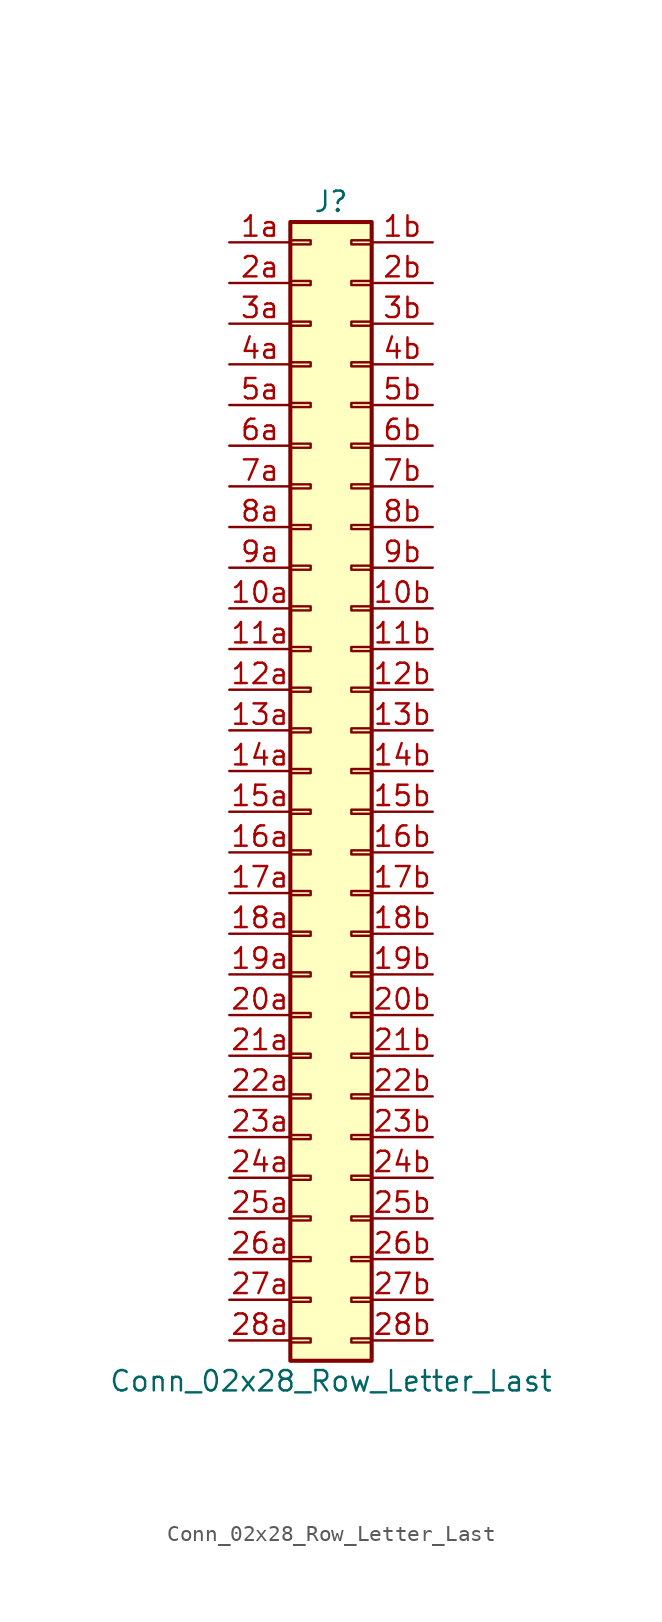
<source format=kicad_sym>
(kicad_symbol_lib
  (version 20201005)
  (generator kicad_symbol_editor)
  (symbol "Conn_02x28_Row_Letter_Last"
    (pin_names
      (offset 1.016) hide)
    (property "Reference" "J"
      (at 1.27 35.56 0)
      (effects (font (size 1.27 1.27))))
    (property "Value" "Conn_02x28_Row_Letter_Last"
      (at 1.27 -38.1 0)
      (effects (font (size 1.27 1.27))))
    (symbol "Conn_02x28_Row_Letter_Last_1_1"
      (rectangle (start -1.27 -35.433) (end 0 -35.687) (stroke (width 0.152)) (fill (type none)))
      (rectangle (start -1.27 -32.893) (end 0 -33.147) (stroke (width 0.152)) (fill (type none)))
      (rectangle (start -1.27 -30.353) (end 0 -30.607) (stroke (width 0.152)) (fill (type none)))
      (rectangle (start -1.27 -27.813) (end 0 -28.067) (stroke (width 0.152)) (fill (type none)))
      (rectangle (start -1.27 -25.273) (end 0 -25.527) (stroke (width 0.152)) (fill (type none)))
      (rectangle (start -1.27 -22.733) (end 0 -22.987) (stroke (width 0.152)) (fill (type none)))
      (rectangle (start -1.27 -20.193) (end 0 -20.447) (stroke (width 0.152)) (fill (type none)))
      (rectangle (start -1.27 -17.653) (end 0 -17.907) (stroke (width 0.152)) (fill (type none)))
      (rectangle (start -1.27 -15.113) (end 0 -15.367) (stroke (width 0.152)) (fill (type none)))
      (rectangle (start -1.27 -12.573) (end 0 -12.827) (stroke (width 0.152)) (fill (type none)))
      (rectangle (start -1.27 -10.033) (end 0 -10.287) (stroke (width 0.152)) (fill (type none)))
      (rectangle (start -1.27 -7.493) (end 0 -7.747) (stroke (width 0.152)) (fill (type none)))
      (rectangle (start -1.27 -4.953) (end 0 -5.207) (stroke (width 0.152)) (fill (type none)))
      (rectangle (start -1.27 -2.413) (end 0 -2.667) (stroke (width 0.152)) (fill (type none)))
      (rectangle (start -1.27 0.127) (end 0 -0.127) (stroke (width 0.152)) (fill (type none)))
      (rectangle (start -1.27 2.667) (end 0 2.413) (stroke (width 0.152)) (fill (type none)))
      (rectangle (start -1.27 5.207) (end 0 4.953) (stroke (width 0.152)) (fill (type none)))
      (rectangle (start -1.27 7.747) (end 0 7.493) (stroke (width 0.152)) (fill (type none)))
      (rectangle (start -1.27 10.287) (end 0 10.033) (stroke (width 0.152)) (fill (type none)))
      (rectangle (start -1.27 12.827) (end 0 12.573) (stroke (width 0.152)) (fill (type none)))
      (rectangle (start -1.27 15.367) (end 0 15.113) (stroke (width 0.152)) (fill (type none)))
      (rectangle (start -1.27 17.907) (end 0 17.653) (stroke (width 0.152)) (fill (type none)))
      (rectangle (start -1.27 20.447) (end 0 20.193) (stroke (width 0.152)) (fill (type none)))
      (rectangle (start -1.27 22.987) (end 0 22.733) (stroke (width 0.152)) (fill (type none)))
      (rectangle (start -1.27 25.527) (end 0 25.273) (stroke (width 0.152)) (fill (type none)))
      (rectangle (start -1.27 28.067) (end 0 27.813) (stroke (width 0.152)) (fill (type none)))
      (rectangle (start -1.27 30.607) (end 0 30.353) (stroke (width 0.152)) (fill (type none)))
      (rectangle (start -1.27 33.147) (end 0 32.893) (stroke (width 0.152)) (fill (type none)))
      (rectangle (start -1.27 34.29) (end 3.81 -36.83) (stroke (width 0.254)) (fill (type background)))
      (rectangle (start 3.81 -35.433) (end 2.54 -35.687) (stroke (width 0.152)) (fill (type none)))
      (rectangle (start 3.81 -32.893) (end 2.54 -33.147) (stroke (width 0.152)) (fill (type none)))
      (rectangle (start 3.81 -30.353) (end 2.54 -30.607) (stroke (width 0.152)) (fill (type none)))
      (rectangle (start 3.81 -27.813) (end 2.54 -28.067) (stroke (width 0.152)) (fill (type none)))
      (rectangle (start 3.81 -25.273) (end 2.54 -25.527) (stroke (width 0.152)) (fill (type none)))
      (rectangle (start 3.81 -22.733) (end 2.54 -22.987) (stroke (width 0.152)) (fill (type none)))
      (rectangle (start 3.81 -20.193) (end 2.54 -20.447) (stroke (width 0.152)) (fill (type none)))
      (rectangle (start 3.81 -17.653) (end 2.54 -17.907) (stroke (width 0.152)) (fill (type none)))
      (rectangle (start 3.81 -15.113) (end 2.54 -15.367) (stroke (width 0.152)) (fill (type none)))
      (rectangle (start 3.81 -12.573) (end 2.54 -12.827) (stroke (width 0.152)) (fill (type none)))
      (rectangle (start 3.81 -10.033) (end 2.54 -10.287) (stroke (width 0.152)) (fill (type none)))
      (rectangle (start 3.81 -7.493) (end 2.54 -7.747) (stroke (width 0.152)) (fill (type none)))
      (rectangle (start 3.81 -4.953) (end 2.54 -5.207) (stroke (width 0.152)) (fill (type none)))
      (rectangle (start 3.81 -2.413) (end 2.54 -2.667) (stroke (width 0.152)) (fill (type none)))
      (rectangle (start 3.81 0.127) (end 2.54 -0.127) (stroke (width 0.152)) (fill (type none)))
      (rectangle (start 3.81 2.667) (end 2.54 2.413) (stroke (width 0.152)) (fill (type none)))
      (rectangle (start 3.81 5.207) (end 2.54 4.953) (stroke (width 0.152)) (fill (type none)))
      (rectangle (start 3.81 7.747) (end 2.54 7.493) (stroke (width 0.152)) (fill (type none)))
      (rectangle (start 3.81 10.287) (end 2.54 10.033) (stroke (width 0.152)) (fill (type none)))
      (rectangle (start 3.81 12.827) (end 2.54 12.573) (stroke (width 0.152)) (fill (type none)))
      (rectangle (start 3.81 15.367) (end 2.54 15.113) (stroke (width 0.152)) (fill (type none)))
      (rectangle (start 3.81 17.907) (end 2.54 17.653) (stroke (width 0.152)) (fill (type none)))
      (rectangle (start 3.81 20.447) (end 2.54 20.193) (stroke (width 0.152)) (fill (type none)))
      (rectangle (start 3.81 22.987) (end 2.54 22.733) (stroke (width 0.152)) (fill (type none)))
      (rectangle (start 3.81 25.527) (end 2.54 25.273) (stroke (width 0.152)) (fill (type none)))
      (rectangle (start 3.81 28.067) (end 2.54 27.813) (stroke (width 0.152)) (fill (type none)))
      (rectangle (start 3.81 30.607) (end 2.54 30.353) (stroke (width 0.152)) (fill (type none)))
      (rectangle (start 3.81 33.147) (end 2.54 32.893) (stroke (width 0.152)) (fill (type none)))
      (pin passive line (at -5.08 10.16 0) (length 3.81) (name "Pin_10a" (effects (font (size 1.27 1.27)))) (number "10a" (effects (font (size 1.27 1.27)))))
      (pin passive line (at 7.62 10.16 180) (length 3.81) (name "Pin_10b" (effects (font (size 1.27 1.27)))) (number "10b" (effects (font (size 1.27 1.27)))))
      (pin passive line (at -5.08 7.62 0) (length 3.81) (name "Pin_11a" (effects (font (size 1.27 1.27)))) (number "11a" (effects (font (size 1.27 1.27)))))
      (pin passive line (at 7.62 7.62 180) (length 3.81) (name "Pin_11b" (effects (font (size 1.27 1.27)))) (number "11b" (effects (font (size 1.27 1.27)))))
      (pin passive line (at -5.08 5.08 0) (length 3.81) (name "Pin_12a" (effects (font (size 1.27 1.27)))) (number "12a" (effects (font (size 1.27 1.27)))))
      (pin passive line (at 7.62 5.08 180) (length 3.81) (name "Pin_12b" (effects (font (size 1.27 1.27)))) (number "12b" (effects (font (size 1.27 1.27)))))
      (pin passive line (at -5.08 2.54 0) (length 3.81) (name "Pin_13a" (effects (font (size 1.27 1.27)))) (number "13a" (effects (font (size 1.27 1.27)))))
      (pin passive line (at 7.62 2.54 180) (length 3.81) (name "Pin_13b" (effects (font (size 1.27 1.27)))) (number "13b" (effects (font (size 1.27 1.27)))))
      (pin passive line (at -5.08 0 0) (length 3.81) (name "Pin_14a" (effects (font (size 1.27 1.27)))) (number "14a" (effects (font (size 1.27 1.27)))))
      (pin passive line (at 7.62 0 180) (length 3.81) (name "Pin_14b" (effects (font (size 1.27 1.27)))) (number "14b" (effects (font (size 1.27 1.27)))))
      (pin passive line (at -5.08 -2.54 0) (length 3.81) (name "Pin_15a" (effects (font (size 1.27 1.27)))) (number "15a" (effects (font (size 1.27 1.27)))))
      (pin passive line (at 7.62 -2.54 180) (length 3.81) (name "Pin_15b" (effects (font (size 1.27 1.27)))) (number "15b" (effects (font (size 1.27 1.27)))))
      (pin passive line (at -5.08 -5.08 0) (length 3.81) (name "Pin_16a" (effects (font (size 1.27 1.27)))) (number "16a" (effects (font (size 1.27 1.27)))))
      (pin passive line (at 7.62 -5.08 180) (length 3.81) (name "Pin_16b" (effects (font (size 1.27 1.27)))) (number "16b" (effects (font (size 1.27 1.27)))))
      (pin passive line (at -5.08 -7.62 0) (length 3.81) (name "Pin_17a" (effects (font (size 1.27 1.27)))) (number "17a" (effects (font (size 1.27 1.27)))))
      (pin passive line (at 7.62 -7.62 180) (length 3.81) (name "Pin_17b" (effects (font (size 1.27 1.27)))) (number "17b" (effects (font (size 1.27 1.27)))))
      (pin passive line (at -5.08 -10.16 0) (length 3.81) (name "Pin_18a" (effects (font (size 1.27 1.27)))) (number "18a" (effects (font (size 1.27 1.27)))))
      (pin passive line (at 7.62 -10.16 180) (length 3.81) (name "Pin_18b" (effects (font (size 1.27 1.27)))) (number "18b" (effects (font (size 1.27 1.27)))))
      (pin passive line (at -5.08 -12.7 0) (length 3.81) (name "Pin_19a" (effects (font (size 1.27 1.27)))) (number "19a" (effects (font (size 1.27 1.27)))))
      (pin passive line (at 7.62 -12.7 180) (length 3.81) (name "Pin_19b" (effects (font (size 1.27 1.27)))) (number "19b" (effects (font (size 1.27 1.27)))))
      (pin passive line (at -5.08 33.02 0) (length 3.81) (name "Pin_1a" (effects (font (size 1.27 1.27)))) (number "1a" (effects (font (size 1.27 1.27)))))
      (pin passive line (at 7.62 33.02 180) (length 3.81) (name "Pin_1b" (effects (font (size 1.27 1.27)))) (number "1b" (effects (font (size 1.27 1.27)))))
      (pin passive line (at -5.08 -15.24 0) (length 3.81) (name "Pin_20a" (effects (font (size 1.27 1.27)))) (number "20a" (effects (font (size 1.27 1.27)))))
      (pin passive line (at 7.62 -15.24 180) (length 3.81) (name "Pin_20b" (effects (font (size 1.27 1.27)))) (number "20b" (effects (font (size 1.27 1.27)))))
      (pin passive line (at -5.08 -17.78 0) (length 3.81) (name "Pin_21a" (effects (font (size 1.27 1.27)))) (number "21a" (effects (font (size 1.27 1.27)))))
      (pin passive line (at 7.62 -17.78 180) (length 3.81) (name "Pin_21b" (effects (font (size 1.27 1.27)))) (number "21b" (effects (font (size 1.27 1.27)))))
      (pin passive line (at -5.08 -20.32 0) (length 3.81) (name "Pin_22a" (effects (font (size 1.27 1.27)))) (number "22a" (effects (font (size 1.27 1.27)))))
      (pin passive line (at 7.62 -20.32 180) (length 3.81) (name "Pin_22b" (effects (font (size 1.27 1.27)))) (number "22b" (effects (font (size 1.27 1.27)))))
      (pin passive line (at -5.08 -22.86 0) (length 3.81) (name "Pin_23a" (effects (font (size 1.27 1.27)))) (number "23a" (effects (font (size 1.27 1.27)))))
      (pin passive line (at 7.62 -22.86 180) (length 3.81) (name "Pin_23b" (effects (font (size 1.27 1.27)))) (number "23b" (effects (font (size 1.27 1.27)))))
      (pin passive line (at -5.08 -25.4 0) (length 3.81) (name "Pin_24a" (effects (font (size 1.27 1.27)))) (number "24a" (effects (font (size 1.27 1.27)))))
      (pin passive line (at 7.62 -25.4 180) (length 3.81) (name "Pin_24b" (effects (font (size 1.27 1.27)))) (number "24b" (effects (font (size 1.27 1.27)))))
      (pin passive line (at -5.08 -27.94 0) (length 3.81) (name "Pin_25a" (effects (font (size 1.27 1.27)))) (number "25a" (effects (font (size 1.27 1.27)))))
      (pin passive line (at 7.62 -27.94 180) (length 3.81) (name "Pin_25b" (effects (font (size 1.27 1.27)))) (number "25b" (effects (font (size 1.27 1.27)))))
      (pin passive line (at -5.08 -30.48 0) (length 3.81) (name "Pin_26a" (effects (font (size 1.27 1.27)))) (number "26a" (effects (font (size 1.27 1.27)))))
      (pin passive line (at 7.62 -30.48 180) (length 3.81) (name "Pin_26b" (effects (font (size 1.27 1.27)))) (number "26b" (effects (font (size 1.27 1.27)))))
      (pin passive line (at -5.08 -33.02 0) (length 3.81) (name "Pin_27a" (effects (font (size 1.27 1.27)))) (number "27a" (effects (font (size 1.27 1.27)))))
      (pin passive line (at 7.62 -33.02 180) (length 3.81) (name "Pin_27b" (effects (font (size 1.27 1.27)))) (number "27b" (effects (font (size 1.27 1.27)))))
      (pin passive line (at -5.08 -35.56 0) (length 3.81) (name "Pin_28a" (effects (font (size 1.27 1.27)))) (number "28a" (effects (font (size 1.27 1.27)))))
      (pin passive line (at 7.62 -35.56 180) (length 3.81) (name "Pin_28b" (effects (font (size 1.27 1.27)))) (number "28b" (effects (font (size 1.27 1.27)))))
      (pin passive line (at -5.08 30.48 0) (length 3.81) (name "Pin_2a" (effects (font (size 1.27 1.27)))) (number "2a" (effects (font (size 1.27 1.27)))))
      (pin passive line (at 7.62 30.48 180) (length 3.81) (name "Pin_2b" (effects (font (size 1.27 1.27)))) (number "2b" (effects (font (size 1.27 1.27)))))
      (pin passive line (at -5.08 27.94 0) (length 3.81) (name "Pin_3a" (effects (font (size 1.27 1.27)))) (number "3a" (effects (font (size 1.27 1.27)))))
      (pin passive line (at 7.62 27.94 180) (length 3.81) (name "Pin_3b" (effects (font (size 1.27 1.27)))) (number "3b" (effects (font (size 1.27 1.27)))))
      (pin passive line (at -5.08 25.4 0) (length 3.81) (name "Pin_4a" (effects (font (size 1.27 1.27)))) (number "4a" (effects (font (size 1.27 1.27)))))
      (pin passive line (at 7.62 25.4 180) (length 3.81) (name "Pin_4b" (effects (font (size 1.27 1.27)))) (number "4b" (effects (font (size 1.27 1.27)))))
      (pin passive line (at -5.08 22.86 0) (length 3.81) (name "Pin_5a" (effects (font (size 1.27 1.27)))) (number "5a" (effects (font (size 1.27 1.27)))))
      (pin passive line (at 7.62 22.86 180) (length 3.81) (name "Pin_5b" (effects (font (size 1.27 1.27)))) (number "5b" (effects (font (size 1.27 1.27)))))
      (pin passive line (at -5.08 20.32 0) (length 3.81) (name "Pin_6a" (effects (font (size 1.27 1.27)))) (number "6a" (effects (font (size 1.27 1.27)))))
      (pin passive line (at 7.62 20.32 180) (length 3.81) (name "Pin_6b" (effects (font (size 1.27 1.27)))) (number "6b" (effects (font (size 1.27 1.27)))))
      (pin passive line (at -5.08 17.78 0) (length 3.81) (name "Pin_7a" (effects (font (size 1.27 1.27)))) (number "7a" (effects (font (size 1.27 1.27)))))
      (pin passive line (at 7.62 17.78 180) (length 3.81) (name "Pin_7b" (effects (font (size 1.27 1.27)))) (number "7b" (effects (font (size 1.27 1.27)))))
      (pin passive line (at -5.08 15.24 0) (length 3.81) (name "Pin_8a" (effects (font (size 1.27 1.27)))) (number "8a" (effects (font (size 1.27 1.27)))))
      (pin passive line (at 7.62 15.24 180) (length 3.81) (name "Pin_8b" (effects (font (size 1.27 1.27)))) (number "8b" (effects (font (size 1.27 1.27)))))
      (pin passive line (at -5.08 12.7 0) (length 3.81) (name "Pin_9a" (effects (font (size 1.27 1.27)))) (number "9a" (effects (font (size 1.27 1.27)))))
      (pin passive line (at 7.62 12.7 180) (length 3.81) (name "Pin_9b" (effects (font (size 1.27 1.27)))) (number "9b" (effects (font (size 1.27 1.27))))))))
</source>
